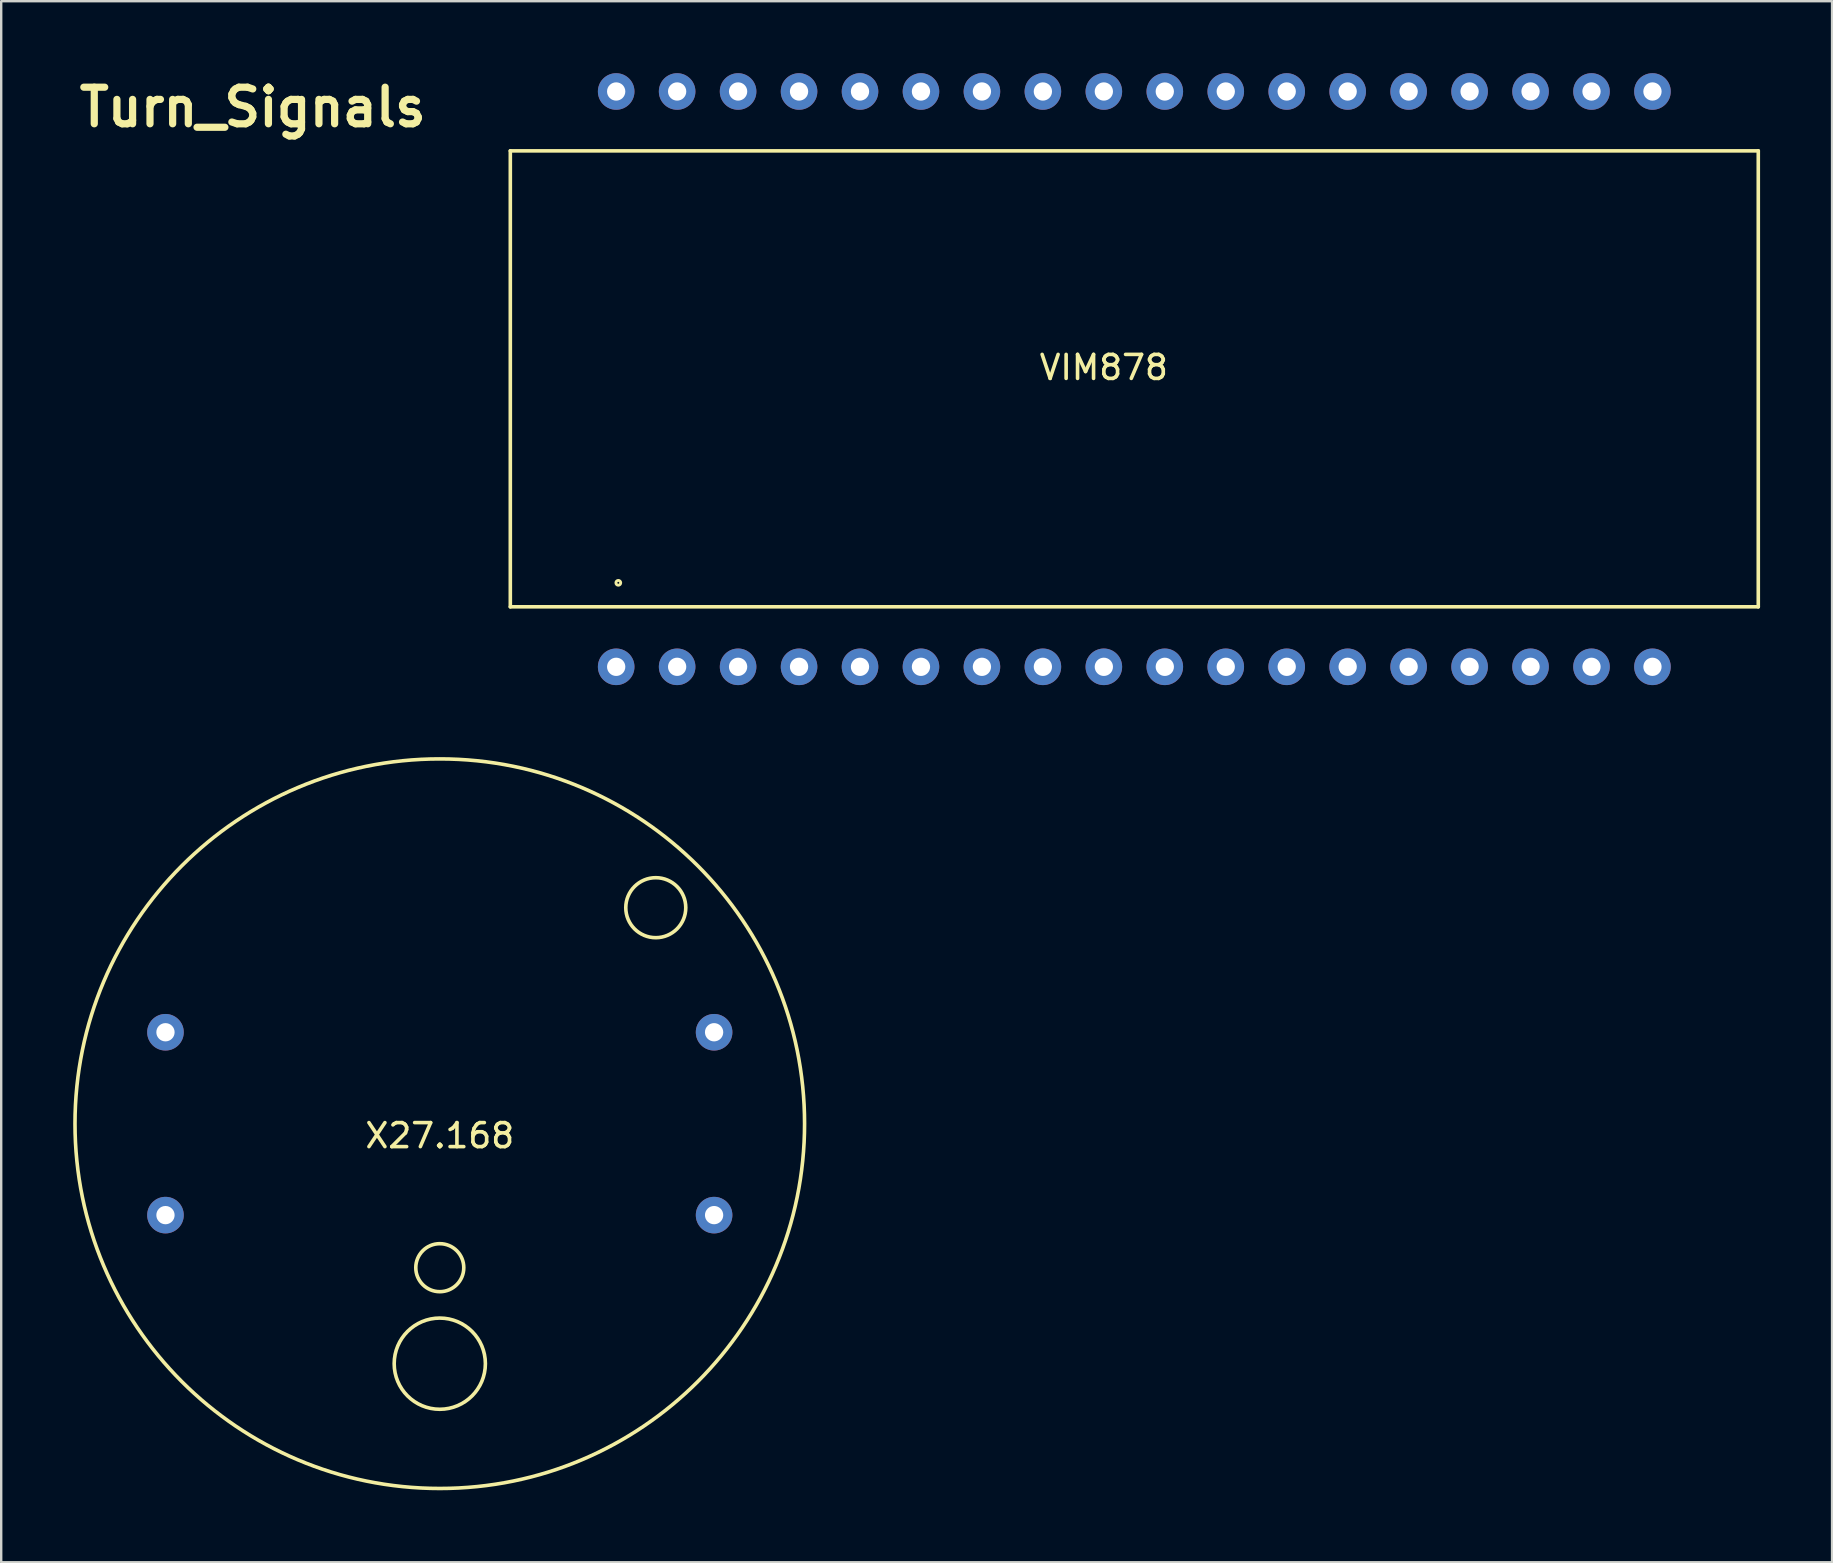
<source format=kicad_pcb>
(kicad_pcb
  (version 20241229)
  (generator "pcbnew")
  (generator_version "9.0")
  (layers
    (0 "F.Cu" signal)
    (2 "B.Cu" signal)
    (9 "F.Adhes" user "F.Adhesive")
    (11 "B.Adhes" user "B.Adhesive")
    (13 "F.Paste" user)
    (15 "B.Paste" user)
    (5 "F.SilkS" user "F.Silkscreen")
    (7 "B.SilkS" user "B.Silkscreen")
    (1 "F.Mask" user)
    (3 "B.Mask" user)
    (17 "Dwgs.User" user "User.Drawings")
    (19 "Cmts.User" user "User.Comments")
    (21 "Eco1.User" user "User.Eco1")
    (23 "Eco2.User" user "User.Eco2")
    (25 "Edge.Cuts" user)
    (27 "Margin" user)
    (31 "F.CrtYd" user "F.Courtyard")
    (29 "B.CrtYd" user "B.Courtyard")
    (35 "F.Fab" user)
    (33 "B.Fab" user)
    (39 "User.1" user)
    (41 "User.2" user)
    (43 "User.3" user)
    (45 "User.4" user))
  (footprint "VIM878"
    (layer "F.Cu")
    (at 18.214 3.235)
    (property "Reference" "VIM878" (at 24.731 9.027 0) (layer "F.SilkS") (effects (font (size 1 1) (thickness 0.15))))
    (attr through_hole)
    (fp_line (start 0 0) (end 52 0) (stroke (width 0.15) (type solid)) (layer "F.SilkS"))
    (fp_line (start 0 19) (end 0 0) (stroke (width 0.15) (type solid)) (layer "F.SilkS"))
    (fp_line (start 52 0) (end 52 19) (stroke (width 0.15) (type solid)) (layer "F.SilkS"))
    (fp_line (start 52 19) (end 0 19) (stroke (width 0.15) (type solid)) (layer "F.SilkS"))
    (fp_circle (center 4.5 18) (end 4.6 18) (stroke (width 0.12) (type solid)) (fill no) (layer "F.SilkS"))
    (pad "1" thru_hole circle (at 4.411 21.5) (size 1.524 1.524) (drill 0.762) (layers "*.Cu" "*.Mask"))
    (pad "2" thru_hole circle (at 6.951 21.5) (size 1.524 1.524) (drill 0.762) (layers "*.Cu" "*.Mask"))
    (pad "3" thru_hole circle (at 9.491 21.5) (size 1.524 1.524) (drill 0.762) (layers "*.Cu" "*.Mask"))
    (pad "4" thru_hole circle (at 12.031 21.5) (size 1.524 1.524) (drill 0.762) (layers "*.Cu" "*.Mask"))
    (pad "5" thru_hole circle (at 14.571 21.5) (size 1.524 1.524) (drill 0.762) (layers "*.Cu" "*.Mask"))
    (pad "6" thru_hole circle (at 17.111 21.5) (size 1.524 1.524) (drill 0.762) (layers "*.Cu" "*.Mask"))
    (pad "7" thru_hole circle (at 19.651 21.5) (size 1.524 1.524) (drill 0.762) (layers "*.Cu" "*.Mask"))
    (pad "8" thru_hole circle (at 22.191 21.5) (size 1.524 1.524) (drill 0.762) (layers "*.Cu" "*.Mask"))
    (pad "9" thru_hole circle (at 24.731 21.5) (size 1.524 1.524) (drill 0.762) (layers "*.Cu" "*.Mask"))
    (pad "10" thru_hole circle (at 27.271 21.5) (size 1.524 1.524) (drill 0.762) (layers "*.Cu" "*.Mask"))
    (pad "11" thru_hole circle (at 29.811 21.5) (size 1.524 1.524) (drill 0.762) (layers "*.Cu" "*.Mask"))
    (pad "12" thru_hole circle (at 32.351 21.5) (size 1.524 1.524) (drill 0.762) (layers "*.Cu" "*.Mask"))
    (pad "13" thru_hole circle (at 34.891 21.5) (size 1.524 1.524) (drill 0.762) (layers "*.Cu" "*.Mask"))
    (pad "14" thru_hole circle (at 37.431 21.5) (size 1.524 1.524) (drill 0.762) (layers "*.Cu" "*.Mask"))
    (pad "15" thru_hole circle (at 39.971 21.5) (size 1.524 1.524) (drill 0.762) (layers "*.Cu" "*.Mask"))
    (pad "16" thru_hole circle (at 42.511 21.5) (size 1.524 1.524) (drill 0.762) (layers "*.Cu" "*.Mask"))
    (pad "17" thru_hole circle (at 45.051 21.5) (size 1.524 1.524) (drill 0.762) (layers "*.Cu" "*.Mask"))
    (pad "18" thru_hole circle (at 47.591 21.5) (size 1.524 1.524) (drill 0.762) (layers "*.Cu" "*.Mask"))
    (pad "19" thru_hole circle (at 47.591 -2.473) (size 1.524 1.524) (drill 0.762) (layers "*.Cu" "*.Mask"))
    (pad "20" thru_hole circle (at 45.051 -2.473) (size 1.524 1.524) (drill 0.762) (layers "*.Cu" "*.Mask"))
    (pad "21" thru_hole circle (at 42.511 -2.473) (size 1.524 1.524) (drill 0.762) (layers "*.Cu" "*.Mask"))
    (pad "22" thru_hole circle (at 39.971 -2.473) (size 1.524 1.524) (drill 0.762) (layers "*.Cu" "*.Mask"))
    (pad "23" thru_hole circle (at 37.431 -2.473) (size 1.524 1.524) (drill 0.762) (layers "*.Cu" "*.Mask"))
    (pad "24" thru_hole circle (at 34.891 -2.473) (size 1.524 1.524) (drill 0.762) (layers "*.Cu" "*.Mask"))
    (pad "25" thru_hole circle (at 32.351 -2.473) (size 1.524 1.524) (drill 0.762) (layers "*.Cu" "*.Mask"))
    (pad "26" thru_hole circle (at 29.811 -2.473) (size 1.524 1.524) (drill 0.762) (layers "*.Cu" "*.Mask"))
    (pad "27" thru_hole circle (at 27.271 -2.473) (size 1.524 1.524) (drill 0.762) (layers "*.Cu" "*.Mask"))
    (pad "28" thru_hole circle (at 24.731 -2.473) (size 1.524 1.524) (drill 0.762) (layers "*.Cu" "*.Mask"))
    (pad "29" thru_hole circle (at 22.191 -2.473) (size 1.524 1.524) (drill 0.762) (layers "*.Cu" "*.Mask"))
    (pad "30" thru_hole circle (at 19.651 -2.473) (size 1.524 1.524) (drill 0.762) (layers "*.Cu" "*.Mask"))
    (pad "31" thru_hole circle (at 17.111 -2.473) (size 1.524 1.524) (drill 0.762) (layers "*.Cu" "*.Mask"))
    (pad "32" thru_hole circle (at 14.571 -2.473) (size 1.524 1.524) (drill 0.762) (layers "*.Cu" "*.Mask"))
    (pad "33" thru_hole circle (at 12.031 -2.473) (size 1.524 1.524) (drill 0.762) (layers "*.Cu" "*.Mask"))
    (pad "34" thru_hole circle (at 9.491 -2.473) (size 1.524 1.524) (drill 0.762) (layers "*.Cu" "*.Mask"))
    (pad "35" thru_hole circle (at 6.951 -2.473) (size 1.524 1.524) (drill 0.762) (layers "*.Cu" "*.Mask"))
    (pad "36" thru_hole circle (at 4.411 -2.473) (size 1.524 1.524) (drill 0.762) (layers "*.Cu" "*.Mask")))
  (footprint "Turn_Signals"
    (layer "F.Cu")
    (at 7.241 6.498)
    (property "Reference" "Turn_Signals" (at 0.241 -5.08 0) (layer "F.SilkS") (effects (font (size 1.524 1.524) (thickness 0.3))))
    (attr board_only exclude_from_pos_files exclude_from_bom)
    (fp_poly (pts (xy -1.584 -1.75) (xy -1.531 -1.723) (xy -1.494 -1.67) (xy -1.47 -1.588) (xy -1.456 -1.47) (xy -1.451 -1.312) (xy -1.451 -1.259) (xy -1.451 -0.951) (xy -0.241 -0.951) (xy -0.192 -0.889) (xy -0.179 -0.87) (xy -0.168 -0.849) (xy -0.16 -0.82) (xy -0.154 -0.777) (xy -0.149 -0.717) (xy -0.146 -0.633) (xy -0.144 -0.521) (xy -0.143 -0.376) (xy -0.143 -0.193) (xy -0.143 0) (xy -0.143 0.22) (xy -0.143 0.398) (xy -0.144 0.538) (xy -0.146 0.646) (xy -0.15 0.726) (xy -0.154 0.784) (xy -0.161 0.824) (xy -0.17 0.852) (xy -0.18 0.873) (xy -0.192 0.889) (xy -0.241 0.951) (xy -1.451 0.951) (xy -1.451 1.259) (xy -1.454 1.429) (xy -1.465 1.558) (xy -1.486 1.65) (xy -1.519 1.71) (xy -1.567 1.745) (xy -1.631 1.758) (xy -1.653 1.759) (xy -1.672 1.756) (xy -1.698 1.744) (xy -1.732 1.722) (xy -1.777 1.685) (xy -1.838 1.632) (xy -1.915 1.56) (xy -2.013 1.466) (xy -2.134 1.347) (xy -2.281 1.201) (xy -2.457 1.026) (xy -2.562 0.921) (xy -2.752 0.731) (xy -2.912 0.571) (xy -3.043 0.438) (xy -3.148 0.33) (xy -3.231 0.244) (xy -3.293 0.176) (xy -3.338 0.123) (xy -3.369 0.083) (xy -3.388 0.052) (xy -3.397 0.028) (xy -3.401 0.007) (xy -3.401 0) (xy -3.401 -0.000127) (xy -2.961 -0.000127) (xy -1.843 1.119) (xy -1.83 0.922) (xy -1.822 0.826) (xy -1.812 0.745) (xy -1.801 0.694) (xy -1.799 0.687) (xy -1.781 0.66) (xy -1.754 0.638) (xy -1.711 0.622) (xy -1.646 0.61) (xy -1.556 0.602) (xy -1.434 0.598) (xy -1.275 0.595) (xy -1.081 0.595) (xy -0.499 0.595) (xy -0.499 -0.595) (xy -1.081 -0.595) (xy -1.293 -0.596) (xy -1.465 -0.599) (xy -1.595 -0.605) (xy -1.682 -0.612) (xy -1.721 -0.621) (xy -1.772 -0.658) (xy -1.806 -0.718) (xy -1.825 -0.809) (xy -1.831 -0.938) (xy -1.831 -0.946) (xy -1.831 -1.13) (xy -2.396 -0.565) (xy -2.961 -0.000127) (xy -3.401 -0.000127) (xy -3.399 -0.021) (xy -3.392 -0.044) (xy -3.376 -0.072) (xy -3.35 -0.109) (xy -3.31 -0.157) (xy -3.253 -0.22) (xy -3.177 -0.3) (xy -3.079 -0.401) (xy -2.957 -0.525) (xy -2.807 -0.676) (xy -2.627 -0.857) (xy -2.562 -0.921) (xy -2.37 -1.113) (xy -2.208 -1.274) (xy -2.073 -1.407) (xy -1.964 -1.513) (xy -1.876 -1.597) (xy -1.807 -1.659) (xy -1.754 -1.704) (xy -1.714 -1.734) (xy -1.685 -1.751) (xy -1.662 -1.758) (xy -1.653 -1.759)) (stroke (width 0) (type solid)) (fill yes) (layer "F.Mask"))
    (fp_poly (pts (xy 1.672 -1.756) (xy 1.698 -1.744) (xy 1.732 -1.722) (xy 1.777 -1.685) (xy 1.838 -1.632) (xy 1.915 -1.56) (xy 2.013 -1.466) (xy 2.134 -1.347) (xy 2.281 -1.201) (xy 2.457 -1.026) (xy 2.562 -0.921) (xy 2.752 -0.731) (xy 2.912 -0.571) (xy 3.043 -0.438) (xy 3.148 -0.33) (xy 3.231 -0.244) (xy 3.293 -0.176) (xy 3.338 -0.123) (xy 3.369 -0.083) (xy 3.388 -0.052) (xy 3.397 -0.028) (xy 3.401 -0.007) (xy 3.401 0) (xy 3.399 0.021) (xy 3.392 0.044) (xy 3.376 0.072) (xy 3.35 0.109) (xy 3.31 0.157) (xy 3.253 0.22) (xy 3.177 0.3) (xy 3.079 0.401) (xy 2.957 0.525) (xy 2.807 0.676) (xy 2.627 0.857) (xy 2.562 0.921) (xy 2.37 1.113) (xy 2.208 1.274) (xy 2.073 1.407) (xy 1.964 1.513) (xy 1.876 1.597) (xy 1.807 1.659) (xy 1.754 1.704) (xy 1.714 1.734) (xy 1.685 1.751) (xy 1.662 1.758) (xy 1.653 1.759) (xy 1.587 1.748) (xy 1.541 1.728) (xy 1.506 1.69) (xy 1.48 1.636) (xy 1.464 1.558) (xy 1.454 1.449) (xy 1.451 1.301) (xy 1.451 1.259) (xy 1.451 0.951) (xy 0.241 0.951) (xy 0.192 0.889) (xy 0.179 0.87) (xy 0.168 0.849) (xy 0.16 0.82) (xy 0.154 0.777) (xy 0.149 0.717) (xy 0.146 0.633) (xy 0.145 0.595) (xy 0.499 0.595) (xy 1.081 0.595) (xy 1.293 0.596) (xy 1.465 0.599) (xy 1.595 0.605) (xy 1.682 0.612) (xy 1.721 0.621) (xy 1.772 0.658) (xy 1.806 0.718) (xy 1.825 0.809) (xy 1.831 0.938) (xy 1.831 0.946) (xy 1.831 1.13) (xy 2.396 0.565) (xy 2.961 0) (xy 2.396 -0.565) (xy 1.831 -1.13) (xy 1.831 -0.946) (xy 1.826 -0.815) (xy 1.808 -0.722) (xy 1.775 -0.661) (xy 1.724 -0.623) (xy 1.721 -0.621) (xy 1.674 -0.611) (xy 1.582 -0.604) (xy 1.447 -0.599) (xy 1.27 -0.595) (xy 1.081 -0.595) (xy 0.499 -0.595) (xy 0.499 0.595) (xy 0.145 0.595) (xy 0.144 0.521) (xy 0.143 0.376) (xy 0.143 0.193) (xy 0.143 0) (xy 0.143 -0.22) (xy 0.143 -0.398) (xy 0.144 -0.538) (xy 0.146 -0.646) (xy 0.15 -0.726) (xy 0.154 -0.784) (xy 0.161 -0.824) (xy 0.17 -0.852) (xy 0.18 -0.873) (xy 0.192 -0.889) (xy 0.241 -0.951) (xy 1.451 -0.951) (xy 1.451 -1.259) (xy 1.454 -1.429) (xy 1.465 -1.558) (xy 1.486 -1.65) (xy 1.519 -1.71) (xy 1.567 -1.745) (xy 1.631 -1.758) (xy 1.653 -1.759)) (stroke (width 0) (type solid)) (fill yes) (layer "F.Mask")))
  (footprint "X27.168"
    (layer "F.Cu")
    (at 15.275 43.772)
    (property "Reference" "X27.168" (at 0 0.5 0) (layer "F.SilkS") (effects (font (size 1 1) (thickness 0.15))))
    (attr through_hole)
    (fp_circle (center 0 0) (end 15.2 0) (stroke (width 0.15) (type solid)) (fill no) (layer "F.SilkS"))
    (fp_circle (center 0 6) (end 1 6) (stroke (width 0.15) (type solid)) (fill no) (layer "F.SilkS"))
    (fp_circle (center 0 10) (end 1.9 10) (stroke (width 0.15) (type solid)) (fill no) (layer "F.SilkS"))
    (fp_circle (center 9 -9) (end 10.25 -9) (stroke (width 0.15) (type solid)) (fill no) (layer "F.SilkS"))
    (pad "1" thru_hole circle (at -11.43 3.81) (size 1.524 1.524) (drill 0.762) (layers "*.Cu" "*.Mask"))
    (pad "2" thru_hole circle (at -11.43 -3.81) (size 1.524 1.524) (drill 0.762) (layers "*.Cu" "*.Mask"))
    (pad "3" thru_hole circle (at 11.43 -3.81) (size 1.524 1.524) (drill 0.762) (layers "*.Cu" "*.Mask"))
    (pad "4" thru_hole circle (at 11.43 3.81) (size 1.524 1.524) (drill 0.762) (layers "*.Cu" "*.Mask")))
  (gr_rect
    (start -3 -3)
    (end 73.289 62.047)
    (stroke (width 0.1) (type default))
    (fill no)
    (layer "Edge.Cuts")))
</source>
